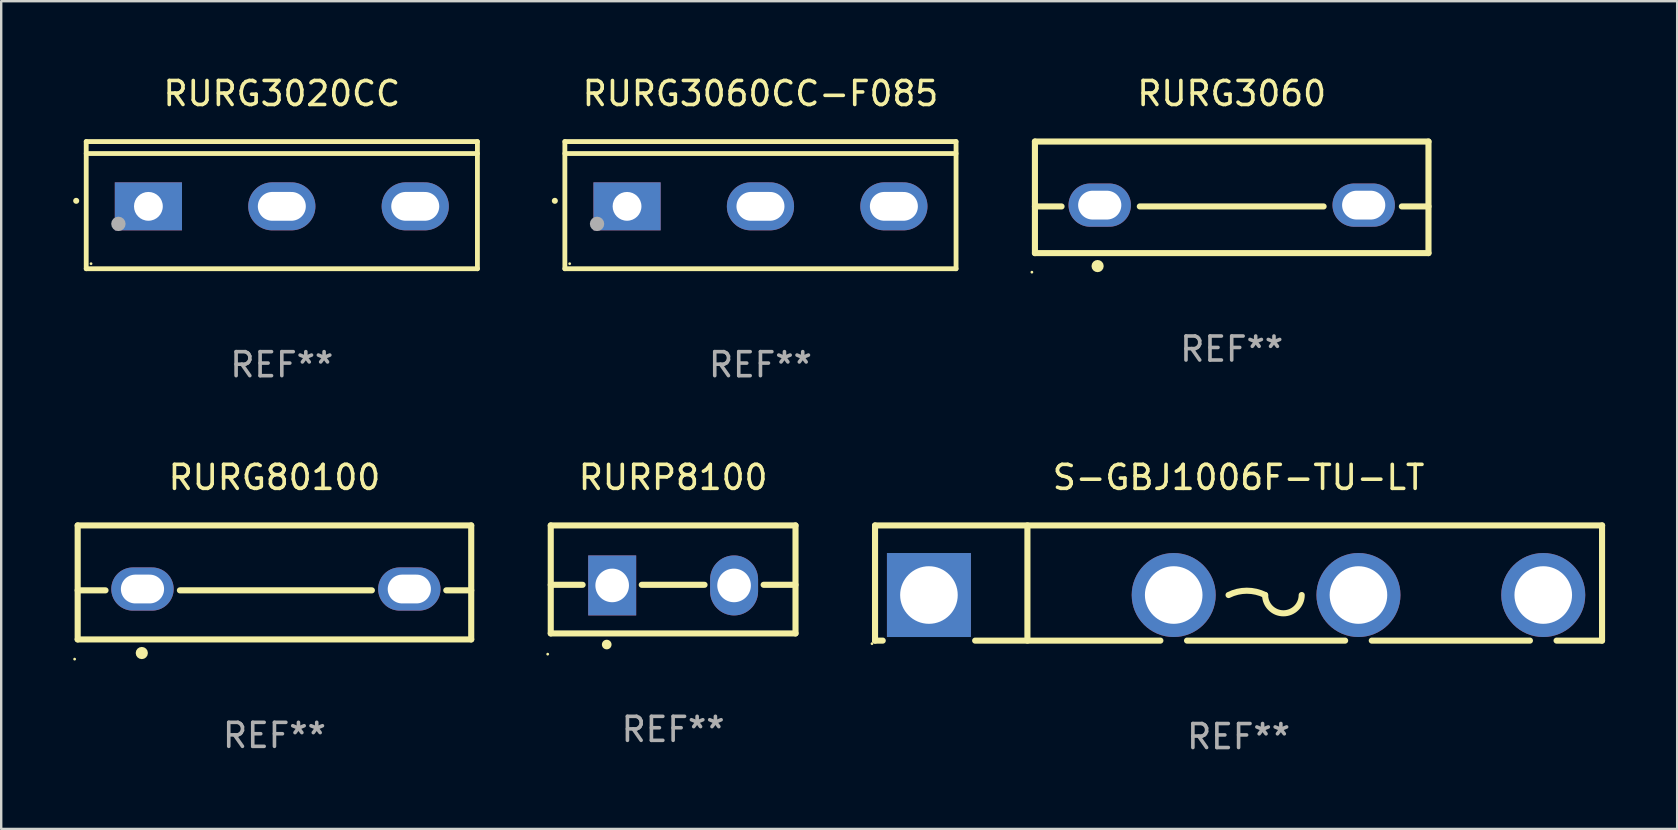
<source format=kicad_pcb>
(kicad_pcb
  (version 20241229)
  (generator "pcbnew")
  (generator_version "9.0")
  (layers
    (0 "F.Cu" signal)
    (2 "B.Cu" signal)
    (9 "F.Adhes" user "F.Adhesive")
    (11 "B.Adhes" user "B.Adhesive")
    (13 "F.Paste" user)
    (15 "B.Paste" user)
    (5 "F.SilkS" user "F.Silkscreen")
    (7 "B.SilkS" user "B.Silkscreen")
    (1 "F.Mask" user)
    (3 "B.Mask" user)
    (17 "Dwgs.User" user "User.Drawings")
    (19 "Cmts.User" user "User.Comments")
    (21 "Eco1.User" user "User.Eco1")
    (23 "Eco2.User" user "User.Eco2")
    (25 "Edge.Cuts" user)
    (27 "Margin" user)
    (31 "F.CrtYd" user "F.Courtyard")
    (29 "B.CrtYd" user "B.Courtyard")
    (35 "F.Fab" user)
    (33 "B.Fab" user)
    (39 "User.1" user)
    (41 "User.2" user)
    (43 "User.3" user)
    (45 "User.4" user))
  (footprint "RURG3060CC-F085"
    (layer "F.Cu")
    (at 28.64 5.499)
    (property "Reference" "RURG3060CC-F085" (at 0 -4.65 0) (layer "F.SilkS") (effects (font (size 1 1) (thickness 0.15))))
    (attr through_hole)
    (fp_line (start -8.151 -2.65) (end -8.151 2.65) (stroke (width 0.201) (type solid)) (layer "F.SilkS"))
    (fp_line (start 8.151 -2.65) (end -8.151 -2.65) (stroke (width 0.201) (type solid)) (layer "F.SilkS"))
    (fp_line (start 8.151 -2.15) (end -8.151 -2.15) (stroke (width 0.201) (type solid)) (layer "F.SilkS"))
    (fp_line (start 8.151 2.65) (end -8.151 2.65) (stroke (width 0.201) (type solid)) (layer "F.SilkS"))
    (fp_line (start 8.151 2.65) (end 8.151 -2.65) (stroke (width 0.201) (type solid)) (layer "F.SilkS"))
    (fp_arc (start -8.570003 -0.18048) (mid -8.568733 -0.180486) (end -8.567463 -0.18048) (stroke (width 0.24892) (type solid)) (layer "F.SilkS"))
    (fp_circle (center -7.95 2.44) (end -7.92 2.44) (stroke (width 0.06) (type solid)) (fill no) (layer "F.SilkS"))
    (fp_circle (center -6.81 0.78) (end -6.66 0.78) (stroke (width 0.3) (type solid)) (fill no) (layer "F.Fab"))
    (fp_text user "REF**" (at 0 6.65 0) (layer "F.Fab") (effects (font (size 1 1) (thickness 0.15))))
    (pad "1" thru_hole rect (at -5.56 0.05 90) (size 2 2.8) (drill 1.2) (layers "*.Cu" "*.Mask"))
    (pad "2" thru_hole oval (at 0 0.05 90) (size 2 2.8) (drill oval 1.2 2) (layers "*.Cu" "*.Mask"))
    (pad "3" thru_hole oval (at 5.56 0.05 90) (size 2 2.8) (drill oval 1.2 2) (layers "*.Cu" "*.Mask")))
  (footprint "RURG3020CC"
    (layer "F.Cu")
    (at 8.694 5.499)
    (property "Reference" "RURG3020CC" (at 0 -4.65 0) (layer "F.SilkS") (effects (font (size 1 1) (thickness 0.15))))
    (attr through_hole)
    (fp_line (start -8.151 -2.65) (end -8.151 2.65) (stroke (width 0.201) (type solid)) (layer "F.SilkS"))
    (fp_line (start 8.151 -2.65) (end -8.151 -2.65) (stroke (width 0.201) (type solid)) (layer "F.SilkS"))
    (fp_line (start 8.151 -2.15) (end -8.151 -2.15) (stroke (width 0.201) (type solid)) (layer "F.SilkS"))
    (fp_line (start 8.151 2.65) (end -8.151 2.65) (stroke (width 0.201) (type solid)) (layer "F.SilkS"))
    (fp_line (start 8.151 2.65) (end 8.151 -2.65) (stroke (width 0.201) (type solid)) (layer "F.SilkS"))
    (fp_arc (start -8.570003 -0.18048) (mid -8.568733 -0.180486) (end -8.567463 -0.18048) (stroke (width 0.24892) (type solid)) (layer "F.SilkS"))
    (fp_circle (center -7.95 2.44) (end -7.92 2.44) (stroke (width 0.06) (type solid)) (fill no) (layer "F.SilkS"))
    (fp_circle (center -6.81 0.78) (end -6.66 0.78) (stroke (width 0.3) (type solid)) (fill no) (layer "F.Fab"))
    (fp_text user "REF**" (at 0 6.65 0) (layer "F.Fab") (effects (font (size 1 1) (thickness 0.15))))
    (pad "1" thru_hole rect (at -5.56 0.05 90) (size 2 2.8) (drill 1.2) (layers "*.Cu" "*.Mask"))
    (pad "2" thru_hole oval (at 0 0.05 90) (size 2 2.8) (drill oval 1.2 2) (layers "*.Cu" "*.Mask"))
    (pad "3" thru_hole oval (at 5.56 0.05 90) (size 2 2.8) (drill oval 1.2 2) (layers "*.Cu" "*.Mask")))
  (footprint "RURG3060"
    (layer "F.Cu")
    (at 48.278 5.173)
    (property "Reference" "RURG3060" (at 0 -4.325 0) (layer "F.SilkS") (effects (font (size 1 1) (thickness 0.15))))
    (attr through_hole)
    (fp_line (start -8.2 -2.325) (end -8.2 2.325) (stroke (width 0.254) (type solid)) (layer "F.SilkS"))
    (fp_line (start -8.2 -2.325) (end 8.2 -2.325) (stroke (width 0.254) (type solid)) (layer "F.SilkS"))
    (fp_line (start -8.2 0.38) (end -7.09 0.38) (stroke (width 0.254) (type solid)) (layer "F.SilkS"))
    (fp_line (start -8.2 2.325) (end 8.2 2.325) (stroke (width 0.254) (type solid)) (layer "F.SilkS"))
    (fp_line (start -3.83 0.38) (end 3.83 0.38) (stroke (width 0.254) (type solid)) (layer "F.SilkS"))
    (fp_line (start 7.09 0.38) (end 8.2 0.38) (stroke (width 0.254) (type solid)) (layer "F.SilkS"))
    (fp_line (start 8.2 -2.325) (end 8.2 2.325) (stroke (width 0.254) (type solid)) (layer "F.SilkS"))
    (fp_circle (center -8.327 3.119) (end -8.297 3.119) (stroke (width 0.06) (type solid)) (fill no) (layer "F.SilkS"))
    (fp_circle (center -5.588 2.865) (end -5.461 2.865) (stroke (width 0.254) (type solid)) (fill no) (layer "F.SilkS"))
    (fp_text user "REF**" (at 0 6.325 0) (layer "F.Fab") (effects (font (size 1 1) (thickness 0.15))))
    (pad "1" thru_hole oval (at -5.5 0.325) (size 2.6 1.8) (drill oval 1.8 1.2) (layers "*.Cu" "*.Mask"))
    (pad "3" thru_hole oval (at 5.5 0.325) (size 2.6 1.8) (drill oval 1.8 1.2) (layers "*.Cu" "*.Mask")))
  (footprint "RURG80100"
    (layer "F.Cu")
    (at 8.387 21.221)
    (property "Reference" "RURG80100" (at 0 -4.375 0) (layer "F.SilkS") (effects (font (size 1 1) (thickness 0.15))))
    (attr through_hole)
    (fp_line (start -8.2 -2.375) (end -8.2 2.375) (stroke (width 0.254) (type solid)) (layer "F.SilkS"))
    (fp_line (start -8.2 -2.375) (end 8.2 -2.375) (stroke (width 0.254) (type solid)) (layer "F.SilkS"))
    (fp_line (start -8.2 0.33) (end -7.04 0.33) (stroke (width 0.254) (type solid)) (layer "F.SilkS"))
    (fp_line (start -8.2 2.375) (end 8.2 2.375) (stroke (width 0.254) (type solid)) (layer "F.SilkS"))
    (fp_line (start -3.94 0.33) (end 4.06 0.33) (stroke (width 0.254) (type solid)) (layer "F.SilkS"))
    (fp_line (start 7.16 0.33) (end 8.2 0.33) (stroke (width 0.254) (type solid)) (layer "F.SilkS"))
    (fp_line (start 8.2 -2.375) (end 8.2 2.375) (stroke (width 0.254) (type solid)) (layer "F.SilkS"))
    (fp_circle (center -8.327 3.196) (end -8.297 3.196) (stroke (width 0.06) (type solid)) (fill no) (layer "F.SilkS"))
    (fp_circle (center -5.528 2.942) (end -5.401 2.942) (stroke (width 0.254) (type solid)) (fill no) (layer "F.SilkS"))
    (fp_text user "REF**" (at 0 6.375 0) (layer "F.Fab") (effects (font (size 1 1) (thickness 0.15))))
    (pad "1" thru_hole oval (at -5.5 0.275) (size 2.6 1.8) (drill oval 1.8 1.2) (layers "*.Cu" "*.Mask"))
    (pad "2" thru_hole oval (at 5.62 0.275) (size 2.6 1.8) (drill oval 1.8 1.2) (layers "*.Cu" "*.Mask")))
  (footprint "RURP8100"
    (layer "F.Cu")
    (at 25.001 21.096)
    (property "Reference" "RURP8100" (at 0 -4.25 0) (layer "F.SilkS") (effects (font (size 1 1) (thickness 0.15))))
    (attr through_hole)
    (fp_line (start -5.1 -2.25) (end -5.1 2.25) (stroke (width 0.254) (type solid)) (layer "F.SilkS"))
    (fp_line (start -5.1 0.224) (end -3.772 0.224) (stroke (width 0.254) (type solid)) (layer "F.SilkS"))
    (fp_line (start -5.1 2.25) (end 5.1 2.25) (stroke (width 0.254) (type solid)) (layer "F.SilkS"))
    (fp_line (start -1.308 0.224) (end 1.309 0.224) (stroke (width 0.254) (type solid)) (layer "F.SilkS"))
    (fp_line (start 3.771 0.224) (end 5.1 0.224) (stroke (width 0.254) (type solid)) (layer "F.SilkS"))
    (fp_line (start 5.1 -2.25) (end -5.1 -2.25) (stroke (width 0.254) (type solid)) (layer "F.SilkS"))
    (fp_line (start 5.1 -2.25) (end 5.1 2.25) (stroke (width 0.254) (type solid)) (layer "F.SilkS"))
    (fp_arc (start -2.768606 2.713805) (mid -2.767336 2.713801) (end -2.766066 2.713805) (stroke (width 0.4) (type solid)) (layer "F.SilkS"))
    (fp_circle (center -5.227 3.114) (end -5.197 3.114) (stroke (width 0.06) (type solid)) (fill no) (layer "F.SilkS"))
    (fp_text user "REF**" (at 0 6.25 0) (layer "F.Fab") (effects (font (size 1 1) (thickness 0.15))))
    (pad "1" thru_hole rect (at -2.54 0.25) (size 2 2.5) (drill 1.4) (layers "*.Cu" "*.Mask"))
    (pad "3" thru_hole oval (at 2.54 0.25) (size 2 2.5) (drill 1.4) (layers "*.Cu" "*.Mask")))
  (footprint "S-GBJ1006F-TU-LT"
    (layer "F.Cu")
    (at 48.565 21.246)
    (property "Reference" "S-GBJ1006F-TU-LT" (at 0 -4.4 0) (layer "F.SilkS") (effects (font (size 1 1) (thickness 0.15))))
    (attr through_hole)
    (fp_line (start -15.15 -2.4) (end -15.15 2.4) (stroke (width 0.254) (type solid)) (layer "F.SilkS"))
    (fp_line (start -15.15 -2.4) (end 15.15 -2.4) (stroke (width 0.254) (type solid)) (layer "F.SilkS"))
    (fp_line (start -15.15 2.4) (end -14.829 2.4) (stroke (width 0.254) (type solid)) (layer "F.SilkS"))
    (fp_line (start -10.979 2.4) (end -3.259 2.4) (stroke (width 0.254) (type solid)) (layer "F.SilkS"))
    (fp_line (start -8.8 -2.4) (end -8.8 2.4) (stroke (width 0.254) (type solid)) (layer "F.SilkS"))
    (fp_line (start -2.149 2.4) (end 4.44 2.4) (stroke (width 0.254) (type solid)) (layer "F.SilkS"))
    (fp_line (start 5.55 2.4) (end 12.141 2.4) (stroke (width 0.254) (type solid)) (layer "F.SilkS"))
    (fp_line (start 13.251 2.4) (end 15.146 2.4) (stroke (width 0.254) (type solid)) (layer "F.SilkS"))
    (fp_line (start 15.146 2.4) (end 15.146 -2.4) (stroke (width 0.254) (type solid)) (layer "F.SilkS"))
    (fp_arc (start -0.417958 0.5) (mid 0.344044 0.320116) (end 1.106045 0.5) (stroke (width 0.254001) (type solid)) (layer "F.SilkS"))
    (fp_arc (start 2.630048 0.5) (mid 1.868047 1.262001) (end 1.106046 0.5) (stroke (width 0.254001) (type solid)) (layer "F.SilkS"))
    (fp_circle (center -15.277 2.527) (end -15.247 2.527) (stroke (width 0.06) (type solid)) (fill no) (layer "F.SilkS"))
    (fp_text user "-" (at 8.98 0.5 0) (layer "B.Mask") (effects (font (size 1 1) (thickness 0.15))))
    (fp_text user "+" (at -10.832 0.569 0) (layer "B.Mask") (effects (font (size 1 1) (thickness 0.15))))
    (fp_text user "REF**" (at 0 6.4 0) (layer "F.Fab") (effects (font (size 1 1) (thickness 0.15))))
    (pad "1" thru_hole rect (at -12.904 0.5) (size 3.5 3.5) (drill 2.4) (layers "*.Cu" "*.Mask"))
    (pad "2" thru_hole circle (at -2.704 0.5) (size 3.5 3.5) (drill 2.4) (layers "*.Cu" "*.Mask"))
    (pad "3" thru_hole circle (at 4.995 0.5) (size 3.5 3.5) (drill 2.4) (layers "*.Cu" "*.Mask"))
    (pad "4" thru_hole circle (at 12.696 0.5) (size 3.5 3.5) (drill 2.4) (layers "*.Cu" "*.Mask")))
  (gr_rect
    (start -3 -3)
    (end 66.842 31.494)
    (stroke (width 0.1) (type default))
    (fill no)
    (layer "Edge.Cuts")))
</source>
